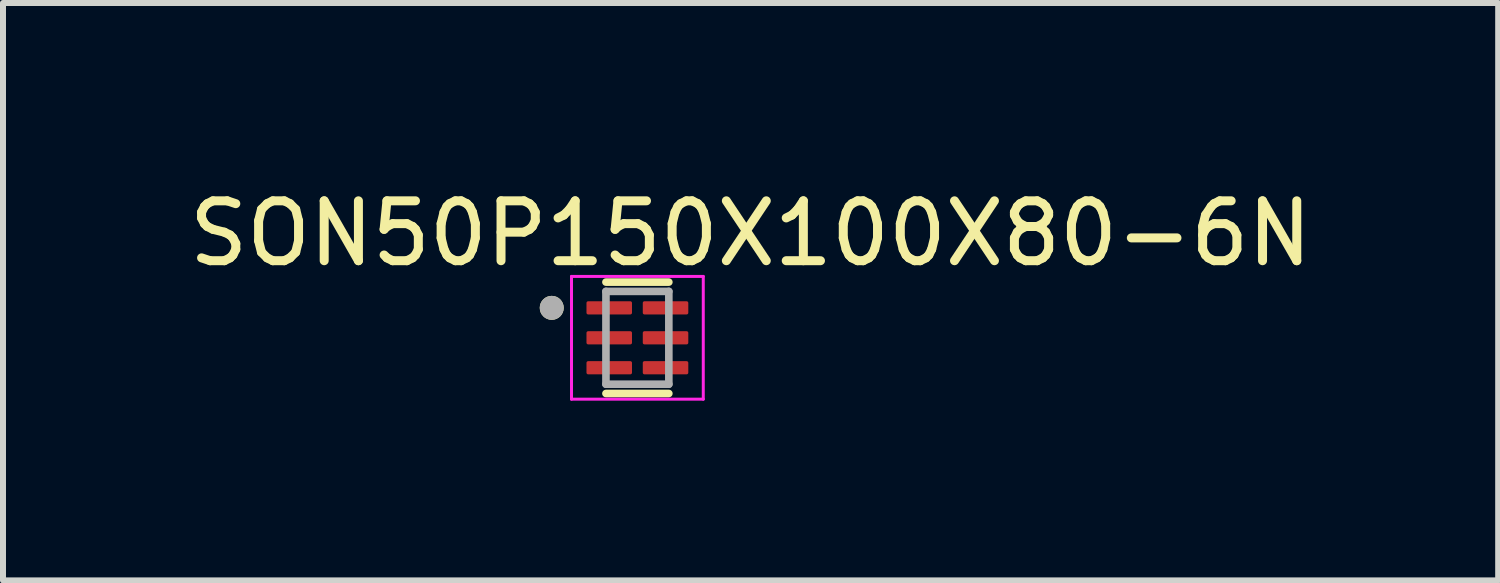
<source format=kicad_pcb>
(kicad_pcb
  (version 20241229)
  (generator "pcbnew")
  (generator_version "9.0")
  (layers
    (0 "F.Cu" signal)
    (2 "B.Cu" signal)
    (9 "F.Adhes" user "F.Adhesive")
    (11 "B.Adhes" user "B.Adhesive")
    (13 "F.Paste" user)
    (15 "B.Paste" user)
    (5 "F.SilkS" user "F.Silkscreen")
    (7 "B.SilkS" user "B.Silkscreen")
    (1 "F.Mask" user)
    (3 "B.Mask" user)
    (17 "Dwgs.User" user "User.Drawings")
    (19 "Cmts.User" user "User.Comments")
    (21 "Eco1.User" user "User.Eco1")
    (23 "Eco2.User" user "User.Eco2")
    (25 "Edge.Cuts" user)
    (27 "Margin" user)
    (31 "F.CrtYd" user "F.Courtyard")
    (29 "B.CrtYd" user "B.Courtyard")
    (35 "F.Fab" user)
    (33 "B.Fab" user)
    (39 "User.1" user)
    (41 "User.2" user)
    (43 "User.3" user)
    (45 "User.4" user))
  (footprint "SON50P150X100X80-6N"
    (layer "F.Cu")
    (at 7.592 2.59)
    (property "Reference" "SON50P150X100X80-6N" (at 1.89 -1.742 0) (layer "F.SilkS") (effects (font (size 1 1) (thickness 0.15))))
    (attr smd)
    (fp_line (start -0.525 -0.93) (end 0.525 -0.93) (stroke (width 0.127) (type solid)) (layer "F.SilkS"))
    (fp_line (start -0.525 0.93) (end 0.525 0.93) (stroke (width 0.127) (type solid)) (layer "F.SilkS"))
    (fp_circle (center -1.43 -0.5) (end -1.33 -0.5) (stroke (width 0.2) (type solid)) (fill no) (layer "F.SilkS"))
    (fp_line (start -1.1 -1.025) (end -1.1 1.025) (stroke (width 0.05) (type solid)) (layer "F.CrtYd"))
    (fp_line (start -1.1 -1.025) (end 1.1 -1.025) (stroke (width 0.05) (type solid)) (layer "F.CrtYd"))
    (fp_line (start -1.1 1.025) (end 1.1 1.025) (stroke (width 0.05) (type solid)) (layer "F.CrtYd"))
    (fp_line (start 1.1 -1.025) (end 1.1 1.025) (stroke (width 0.05) (type solid)) (layer "F.CrtYd"))
    (fp_line (start -0.525 -0.775) (end -0.525 0.775) (stroke (width 0.127) (type solid)) (layer "F.Fab"))
    (fp_line (start -0.525 -0.775) (end 0.525 -0.775) (stroke (width 0.127) (type solid)) (layer "F.Fab"))
    (fp_line (start -0.525 0.775) (end 0.525 0.775) (stroke (width 0.127) (type solid)) (layer "F.Fab"))
    (fp_line (start 0.525 -0.775) (end 0.525 0.775) (stroke (width 0.127) (type solid)) (layer "F.Fab"))
    (fp_circle (center -1.43 -0.5) (end -1.33 -0.5) (stroke (width 0.2) (type solid)) (fill no) (layer "F.Fab"))
    (pad "1" smd roundrect (at -0.47 -0.5) (size 0.76 0.22) (layers "F.Cu" "F.Mask" "F.Paste") (roundrect_rratio 0.125))
    (pad "2" smd roundrect (at -0.47 0) (size 0.76 0.22) (layers "F.Cu" "F.Mask" "F.Paste") (roundrect_rratio 0.125))
    (pad "3" smd roundrect (at -0.47 0.5) (size 0.76 0.22) (layers "F.Cu" "F.Mask" "F.Paste") (roundrect_rratio 0.125))
    (pad "4" smd roundrect (at 0.47 0.5) (size 0.76 0.22) (layers "F.Cu" "F.Mask" "F.Paste") (roundrect_rratio 0.125))
    (pad "5" smd roundrect (at 0.47 0) (size 0.76 0.22) (layers "F.Cu" "F.Mask" "F.Paste") (roundrect_rratio 0.125))
    (pad "6" smd roundrect (at 0.47 -0.5) (size 0.76 0.22) (layers "F.Cu" "F.Mask" "F.Paste") (roundrect_rratio 0.125)))
  (gr_rect
    (start -3 -3)
    (end 21.964 6.64)
    (stroke (width 0.1) (type default))
    (fill no)
    (layer "Edge.Cuts")))
</source>
